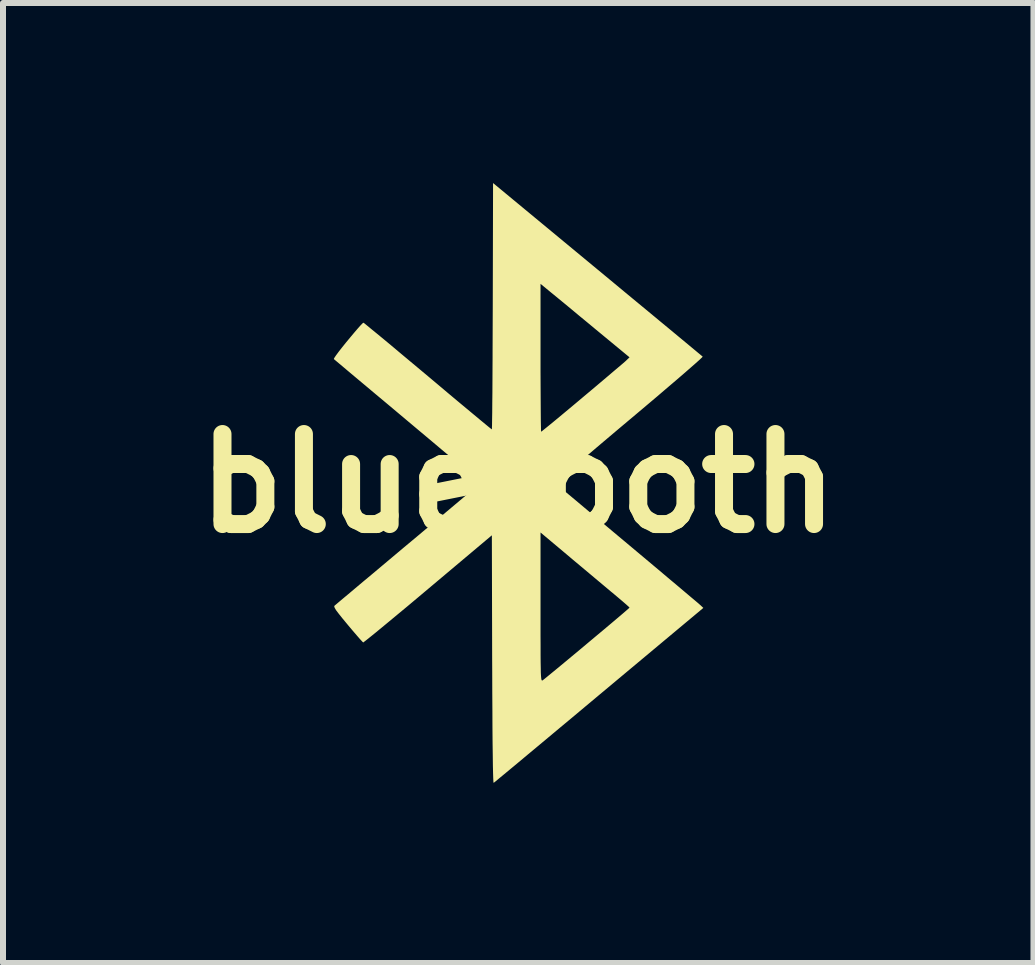
<source format=kicad_pcb>
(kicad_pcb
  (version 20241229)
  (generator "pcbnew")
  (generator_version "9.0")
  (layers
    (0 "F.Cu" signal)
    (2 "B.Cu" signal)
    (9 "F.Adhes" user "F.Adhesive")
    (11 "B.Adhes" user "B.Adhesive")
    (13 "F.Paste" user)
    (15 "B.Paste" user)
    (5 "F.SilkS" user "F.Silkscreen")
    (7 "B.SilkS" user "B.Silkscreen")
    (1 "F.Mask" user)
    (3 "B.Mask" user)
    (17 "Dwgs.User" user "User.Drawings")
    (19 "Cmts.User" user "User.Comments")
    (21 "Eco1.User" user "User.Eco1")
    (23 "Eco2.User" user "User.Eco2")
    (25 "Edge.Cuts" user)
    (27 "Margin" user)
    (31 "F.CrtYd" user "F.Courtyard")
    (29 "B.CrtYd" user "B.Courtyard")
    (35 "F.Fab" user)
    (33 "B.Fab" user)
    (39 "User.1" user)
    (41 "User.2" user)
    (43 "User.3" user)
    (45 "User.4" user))
  (footprint "bluetooth"
    (layer "F.Cu")
    (at 5.586 5.004)
    (property "Reference" "bluetooth" (at 0 0 0) (layer "F.SilkS") (effects (font (size 1.5 1.5) (thickness 0.3))))
    (attr board_only exclude_from_pos_files exclude_from_bom)
    (fp_poly (pts (xy 1.319 -3.565) (xy 1.545 -3.378) (xy 1.763 -3.197) (xy 1.971 -3.025) (xy 2.167 -2.863) (xy 2.349 -2.712) (xy 2.515 -2.575) (xy 2.663 -2.452) (xy 2.791 -2.346) (xy 2.898 -2.257) (xy 2.981 -2.188) (xy 3.039 -2.14) (xy 3.069 -2.115) (xy 3.073 -2.111) (xy 3.061 -2.097) (xy 3.021 -2.059) (xy 2.955 -2) (xy 2.866 -1.922) (xy 2.756 -1.826) (xy 2.626 -1.714) (xy 2.479 -1.589) (xy 2.318 -1.451) (xy 2.144 -1.304) (xy 1.959 -1.148) (xy 1.847 -1.054) (xy 1.658 -0.895) (xy 1.477 -0.742) (xy 1.308 -0.599) (xy 1.152 -0.466) (xy 1.012 -0.347) (xy 0.89 -0.241) (xy 0.788 -0.153) (xy 0.708 -0.082) (xy 0.653 -0.032) (xy 0.624 -0.004) (xy 0.62 0.001) (xy 0.637 0.015) (xy 0.682 0.053) (xy 0.752 0.112) (xy 0.845 0.19) (xy 0.959 0.285) (xy 1.091 0.396) (xy 1.239 0.52) (xy 1.401 0.656) (xy 1.575 0.802) (xy 1.758 0.955) (xy 1.807 0.996) (xy 1.993 1.152) (xy 2.172 1.302) (xy 2.34 1.443) (xy 2.495 1.574) (xy 2.636 1.692) (xy 2.759 1.796) (xy 2.862 1.883) (xy 2.943 1.951) (xy 3 1.999) (xy 3.029 2.025) (xy 3.032 2.027) (xy 3.084 2.076) (xy 1.346 3.528) (xy 1.12 3.717) (xy 0.903 3.899) (xy 0.695 4.072) (xy 0.5 4.235) (xy 0.318 4.387) (xy 0.152 4.525) (xy 0.004 4.649) (xy -0.125 4.756) (xy -0.232 4.845) (xy -0.316 4.914) (xy -0.374 4.963) (xy -0.406 4.988) (xy -0.41 4.992) (xy -0.414 4.975) (xy -0.417 4.919) (xy -0.42 4.825) (xy -0.423 4.693) (xy -0.425 4.524) (xy -0.428 4.318) (xy -0.43 4.076) (xy -0.431 3.797) (xy -0.433 3.483) (xy -0.434 3.134) (xy -0.435 2.935) (xy -0.437 2.063) (xy 0.371 2.063) (xy 0.371 2.314) (xy 0.371 2.528) (xy 0.372 2.71) (xy 0.372 2.86) (xy 0.373 2.982) (xy 0.375 3.079) (xy 0.376 3.154) (xy 0.379 3.209) (xy 0.382 3.246) (xy 0.386 3.27) (xy 0.391 3.282) (xy 0.397 3.286) (xy 0.404 3.284) (xy 0.41 3.28) (xy 0.433 3.262) (xy 0.482 3.222) (xy 0.555 3.162) (xy 0.649 3.085) (xy 0.76 2.993) (xy 0.885 2.889) (xy 1.021 2.776) (xy 1.151 2.667) (xy 1.293 2.548) (xy 1.426 2.437) (xy 1.546 2.336) (xy 1.65 2.248) (xy 1.736 2.175) (xy 1.801 2.119) (xy 1.841 2.084) (xy 1.854 2.071) (xy 1.84 2.056) (xy 1.8 2.02) (xy 1.739 1.967) (xy 1.661 1.901) (xy 1.571 1.825) (xy 1.547 1.806) (xy 1.446 1.721) (xy 1.323 1.618) (xy 1.186 1.503) (xy 1.044 1.384) (xy 0.904 1.267) (xy 0.806 1.184) (xy 0.371 0.819) (xy 0.371 2.063) (xy -0.437 2.063) (xy -0.44 0.866) (xy -1.504 1.761) (xy -1.68 1.909) (xy -1.847 2.049) (xy -2.004 2.179) (xy -2.146 2.297) (xy -2.273 2.402) (xy -2.381 2.491) (xy -2.469 2.562) (xy -2.534 2.614) (xy -2.573 2.644) (xy -2.584 2.652) (xy -2.6 2.636) (xy -2.638 2.595) (xy -2.692 2.533) (xy -2.759 2.455) (xy -2.834 2.366) (xy -2.843 2.355) (xy -2.93 2.25) (xy -2.993 2.171) (xy -3.036 2.114) (xy -3.059 2.075) (xy -3.067 2.051) (xy -3.063 2.04) (xy -3.044 2.024) (xy -2.998 1.985) (xy -2.927 1.925) (xy -2.832 1.846) (xy -2.717 1.749) (xy -2.584 1.637) (xy -2.434 1.512) (xy -2.271 1.375) (xy -2.097 1.229) (xy -1.914 1.075) (xy -1.866 1.035) (xy -1.68 0.88) (xy -1.503 0.731) (xy -1.336 0.591) (xy -1.182 0.462) (xy -1.043 0.345) (xy -0.922 0.243) (xy -0.821 0.158) (xy -0.742 0.091) (xy -0.687 0.045) (xy -0.66 0.022) (xy -0.658 0.019) (xy -0.652 0.013) (xy -0.651 0.004) (xy -0.655 -0.009) (xy -0.668 -0.027) (xy -0.69 -0.051) (xy -0.723 -0.085) (xy -0.77 -0.128) (xy -0.832 -0.183) (xy -0.911 -0.252) (xy -1.01 -0.337) (xy -1.128 -0.438) (xy -1.27 -0.557) (xy -1.436 -0.697) (xy -1.628 -0.858) (xy -1.84 -1.036) (xy -2.028 -1.194) (xy -2.208 -1.345) (xy -2.378 -1.487) (xy -2.534 -1.618) (xy -2.675 -1.736) (xy -2.798 -1.839) (xy -2.901 -1.926) (xy -2.982 -1.994) (xy -3.039 -2.042) (xy -3.07 -2.068) (xy -3.074 -2.072) (xy -3.066 -2.089) (xy -3.038 -2.131) (xy -2.993 -2.192) (xy -2.936 -2.265) (xy -2.871 -2.346) (xy -2.803 -2.428) (xy -2.737 -2.507) (xy -2.677 -2.577) (xy -2.628 -2.632) (xy -2.594 -2.667) (xy -2.58 -2.677) (xy -2.563 -2.665) (xy -2.519 -2.629) (xy -2.45 -2.572) (xy -2.358 -2.497) (xy -2.245 -2.404) (xy -2.115 -2.296) (xy -1.97 -2.174) (xy -1.812 -2.042) (xy -1.643 -1.901) (xy -1.508 -1.788) (xy -1.333 -1.641) (xy -1.167 -1.501) (xy -1.012 -1.371) (xy -0.87 -1.253) (xy -0.744 -1.148) (xy -0.637 -1.059) (xy -0.551 -0.988) (xy -0.488 -0.936) (xy -0.45 -0.906) (xy -0.44 -0.899) (xy -0.439 -0.918) (xy -0.437 -0.974) (xy -0.436 -1.063) (xy -0.434 -1.184) (xy -0.433 -1.334) (xy -0.431 -1.51) (xy -0.43 -1.71) (xy -0.429 -1.931) (xy -0.428 -2.092) (xy 0.371 -2.092) (xy 0.371 -1.876) (xy 0.372 -1.673) (xy 0.373 -1.485) (xy 0.374 -1.315) (xy 0.375 -1.167) (xy 0.376 -1.045) (xy 0.378 -0.951) (xy 0.379 -0.888) (xy 0.381 -0.861) (xy 0.381 -0.86) (xy 0.398 -0.872) (xy 0.441 -0.907) (xy 0.509 -0.962) (xy 0.597 -1.034) (xy 0.703 -1.122) (xy 0.823 -1.222) (xy 0.956 -1.333) (xy 1.07 -1.429) (xy 1.212 -1.548) (xy 1.346 -1.661) (xy 1.469 -1.765) (xy 1.577 -1.857) (xy 1.668 -1.934) (xy 1.739 -1.994) (xy 1.785 -2.034) (xy 1.801 -2.049) (xy 1.854 -2.1) (xy 1.286 -2.569) (xy 1.15 -2.682) (xy 1.015 -2.793) (xy 0.888 -2.899) (xy 0.772 -2.995) (xy 0.672 -3.077) (xy 0.593 -3.142) (xy 0.545 -3.181) (xy 0.371 -3.324) (xy 0.371 -2.092) (xy -0.428 -2.092) (xy -0.428 -2.171) (xy -0.427 -2.427) (xy -0.426 -2.697) (xy -0.425 -2.952) (xy -0.42 -5.004)) (stroke (width 0) (type solid)) (fill yes) (layer "F.SilkS")))
  (gr_rect
    (start -3 -3)
    (end 14.171 12.997)
    (stroke (width 0.1) (type default))
    (fill no)
    (layer "Edge.Cuts")))
</source>
